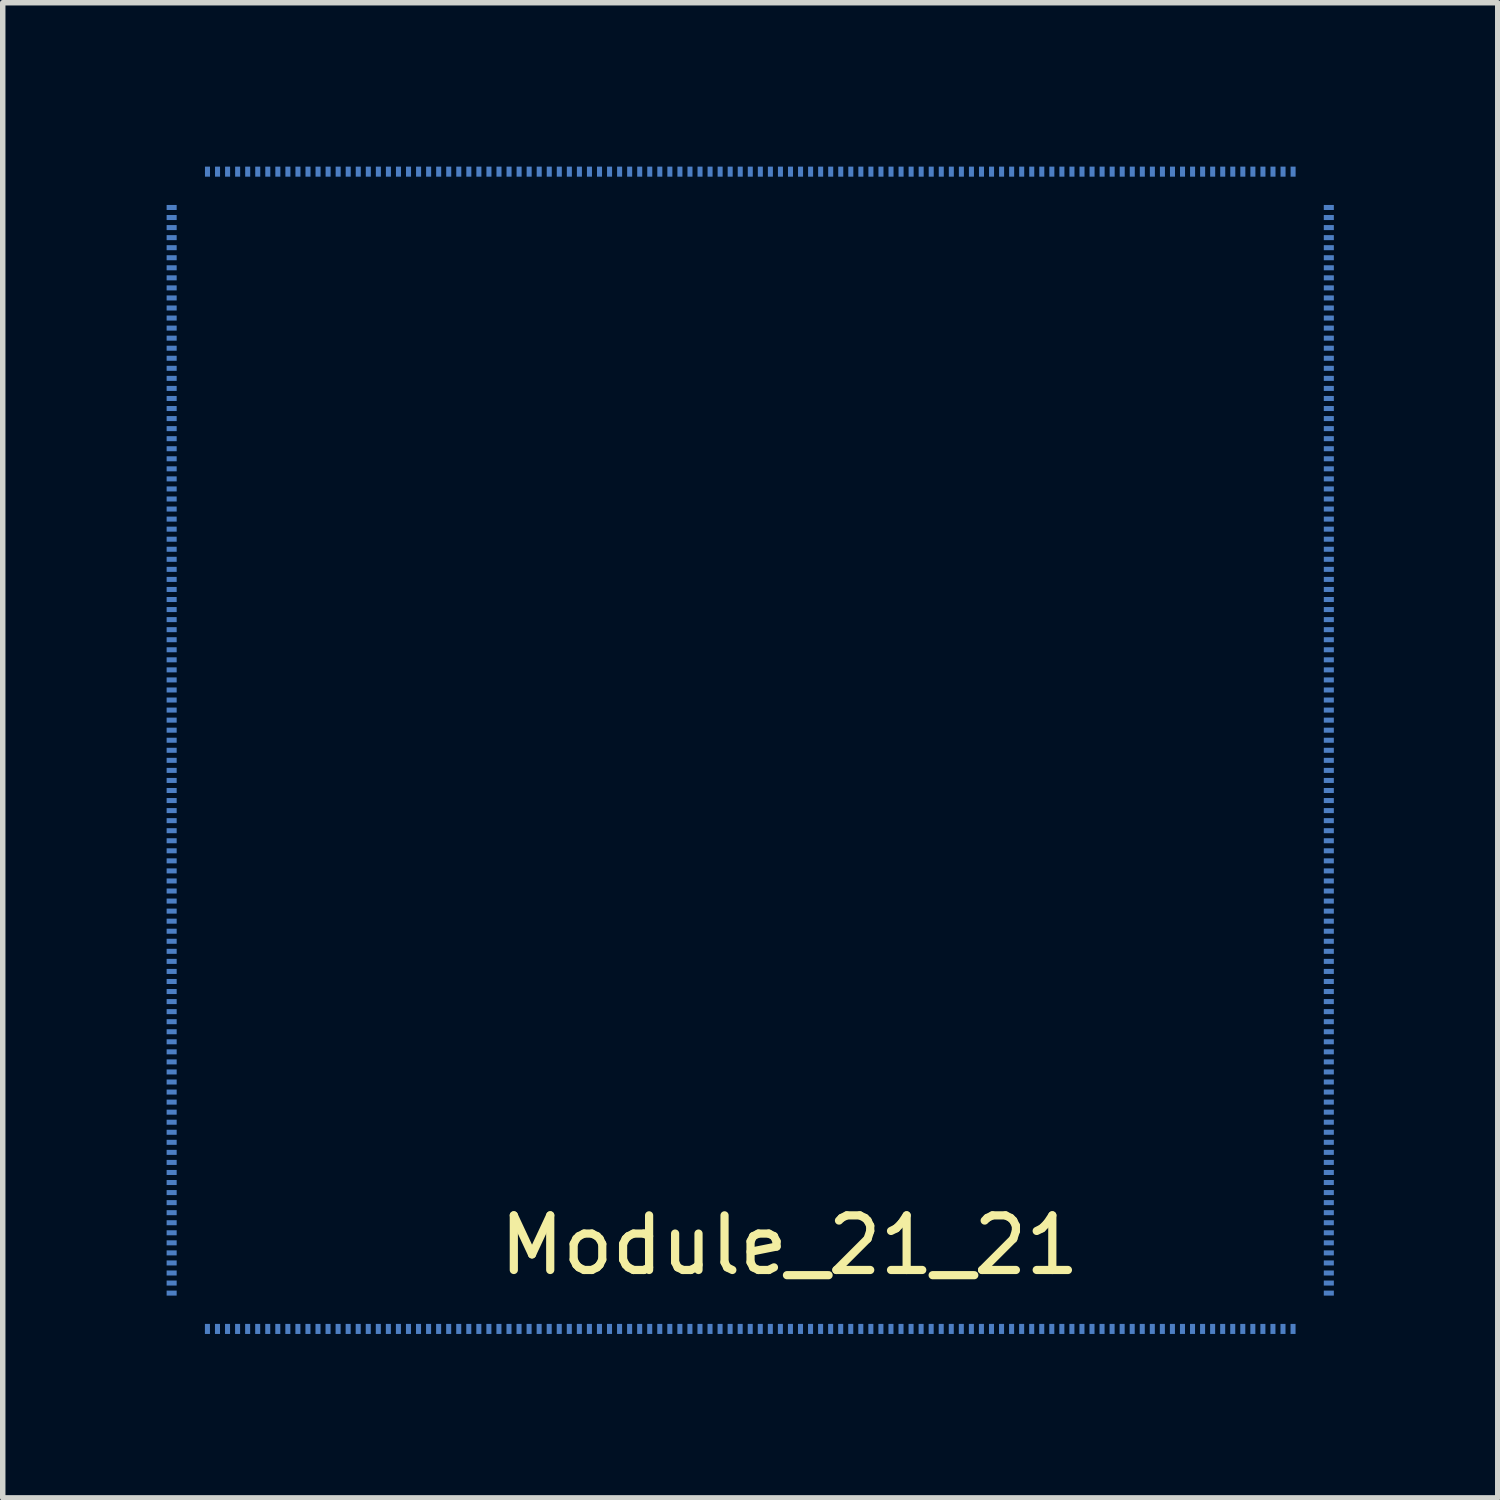
<source format=kicad_pcb>
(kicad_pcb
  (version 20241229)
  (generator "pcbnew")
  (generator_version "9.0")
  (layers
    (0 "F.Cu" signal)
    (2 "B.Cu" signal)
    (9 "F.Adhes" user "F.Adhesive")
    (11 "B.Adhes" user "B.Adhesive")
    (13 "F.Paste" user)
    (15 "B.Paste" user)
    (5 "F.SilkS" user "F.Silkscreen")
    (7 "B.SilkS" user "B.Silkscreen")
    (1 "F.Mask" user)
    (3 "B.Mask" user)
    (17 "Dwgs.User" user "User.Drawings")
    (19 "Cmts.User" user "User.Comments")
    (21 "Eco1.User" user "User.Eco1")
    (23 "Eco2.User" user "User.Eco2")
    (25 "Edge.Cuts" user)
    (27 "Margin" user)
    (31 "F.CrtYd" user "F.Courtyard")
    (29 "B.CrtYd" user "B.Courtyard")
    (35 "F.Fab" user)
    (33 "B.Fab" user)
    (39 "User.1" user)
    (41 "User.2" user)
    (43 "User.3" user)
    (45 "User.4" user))
  (footprint "Module_21_21"
    (layer "F.Cu")
    (at 0.684 20.684)
    (property "Reference" "Module_21_21" (at 10.719 -0.942 0) (layer "F.SilkS") (effects (font (size 1 1) (thickness 0.15))))
    (attr through_hole)
    (pad "1" smd rect (at 0.064 -20.592 180) (size 0.092 0.184) (layers "B.Cu"))
    (pad "2" smd rect (at 0.248 -20.592 180) (size 0.092 0.184) (layers "B.Cu"))
    (pad "3" smd rect (at 0.432 -20.592 180) (size 0.092 0.184) (layers "B.Cu"))
    (pad "4" smd rect (at 0.616 -20.592 180) (size 0.092 0.184) (layers "B.Cu"))
    (pad "5" smd rect (at 0.8 -20.592 180) (size 0.092 0.184) (layers "B.Cu"))
    (pad "6" smd rect (at 0.984 -20.592 180) (size 0.092 0.184) (layers "B.Cu"))
    (pad "7" smd rect (at 1.168 -20.592 180) (size 0.092 0.184) (layers "B.Cu"))
    (pad "8" smd rect (at 1.352 -20.592 180) (size 0.092 0.184) (layers "B.Cu"))
    (pad "9" smd rect (at 1.536 -20.592 180) (size 0.092 0.184) (layers "B.Cu"))
    (pad "10" smd rect (at 1.72 -20.592 180) (size 0.092 0.184) (layers "B.Cu"))
    (pad "11" smd rect (at 1.904 -20.592 180) (size 0.092 0.184) (layers "B.Cu"))
    (pad "12" smd rect (at 2.088 -20.592 180) (size 0.092 0.184) (layers "B.Cu"))
    (pad "13" smd rect (at 2.272 -20.592 180) (size 0.092 0.184) (layers "B.Cu"))
    (pad "14" smd rect (at 2.456 -20.592 180) (size 0.092 0.184) (layers "B.Cu"))
    (pad "15" smd rect (at 2.64 -20.592 180) (size 0.092 0.184) (layers "B.Cu"))
    (pad "16" smd rect (at 2.824 -20.592 180) (size 0.092 0.184) (layers "B.Cu"))
    (pad "17" smd rect (at 3.008 -20.592 180) (size 0.092 0.184) (layers "B.Cu"))
    (pad "18" smd rect (at 3.192 -20.592 180) (size 0.092 0.184) (layers "B.Cu"))
    (pad "19" smd rect (at 3.376 -20.592 180) (size 0.092 0.184) (layers "B.Cu"))
    (pad "20" smd rect (at 3.56 -20.592 180) (size 0.092 0.184) (layers "B.Cu"))
    (pad "21" smd rect (at 3.744 -20.592 180) (size 0.092 0.184) (layers "B.Cu"))
    (pad "22" smd rect (at 3.928 -20.592 180) (size 0.092 0.184) (layers "B.Cu"))
    (pad "23" smd rect (at 4.112 -20.592 180) (size 0.092 0.184) (layers "B.Cu"))
    (pad "24" smd rect (at 4.296 -20.592 180) (size 0.092 0.184) (layers "B.Cu"))
    (pad "25" smd rect (at 4.48 -20.592 180) (size 0.092 0.184) (layers "B.Cu"))
    (pad "26" smd rect (at 4.664 -20.592 180) (size 0.092 0.184) (layers "B.Cu"))
    (pad "27" smd rect (at 4.848 -20.592 180) (size 0.092 0.184) (layers "B.Cu"))
    (pad "28" smd rect (at 5.032 -20.592 180) (size 0.092 0.184) (layers "B.Cu"))
    (pad "29" smd rect (at 5.216 -20.592 180) (size 0.092 0.184) (layers "B.Cu"))
    (pad "30" smd rect (at 5.4 -20.592 180) (size 0.092 0.184) (layers "B.Cu"))
    (pad "31" smd rect (at 5.584 -20.592 180) (size 0.092 0.184) (layers "B.Cu"))
    (pad "32" smd rect (at 5.768 -20.592 180) (size 0.092 0.184) (layers "B.Cu"))
    (pad "33" smd rect (at 5.952 -20.592 180) (size 0.092 0.184) (layers "B.Cu"))
    (pad "34" smd rect (at 6.136 -20.592 180) (size 0.092 0.184) (layers "B.Cu"))
    (pad "35" smd rect (at 6.32 -20.592 180) (size 0.092 0.184) (layers "B.Cu"))
    (pad "36" smd rect (at 6.504 -20.592 180) (size 0.092 0.184) (layers "B.Cu"))
    (pad "37" smd rect (at 6.688 -20.592 180) (size 0.092 0.184) (layers "B.Cu"))
    (pad "38" smd rect (at 6.872 -20.592 180) (size 0.092 0.184) (layers "B.Cu"))
    (pad "39" smd rect (at 7.056 -20.592 180) (size 0.092 0.184) (layers "B.Cu"))
    (pad "40" smd rect (at 7.24 -20.592 180) (size 0.092 0.184) (layers "B.Cu"))
    (pad "41" smd rect (at 7.424 -20.592 180) (size 0.092 0.184) (layers "B.Cu"))
    (pad "42" smd rect (at 7.608 -20.592 180) (size 0.092 0.184) (layers "B.Cu"))
    (pad "43" smd rect (at 7.792 -20.592 180) (size 0.092 0.184) (layers "B.Cu"))
    (pad "44" smd rect (at 7.976 -20.592 180) (size 0.092 0.184) (layers "B.Cu"))
    (pad "45" smd rect (at 8.16 -20.592 180) (size 0.092 0.184) (layers "B.Cu"))
    (pad "46" smd rect (at 8.344 -20.592 180) (size 0.092 0.184) (layers "B.Cu"))
    (pad "47" smd rect (at 8.528 -20.592 180) (size 0.092 0.184) (layers "B.Cu"))
    (pad "48" smd rect (at 8.712 -20.592 180) (size 0.092 0.184) (layers "B.Cu"))
    (pad "49" smd rect (at 8.896 -20.592 180) (size 0.092 0.184) (layers "B.Cu"))
    (pad "50" smd rect (at 9.08 -20.592 180) (size 0.092 0.184) (layers "B.Cu"))
    (pad "51" smd rect (at 9.264 -20.592 180) (size 0.092 0.184) (layers "B.Cu"))
    (pad "52" smd rect (at 9.448 -20.592 180) (size 0.092 0.184) (layers "B.Cu"))
    (pad "53" smd rect (at 9.632 -20.592 180) (size 0.092 0.184) (layers "B.Cu"))
    (pad "54" smd rect (at 9.816 -20.592 180) (size 0.092 0.184) (layers "B.Cu"))
    (pad "55" smd rect (at 10 -20.592 180) (size 0.092 0.184) (layers "B.Cu"))
    (pad "56" smd rect (at 10.184 -20.592 180) (size 0.092 0.184) (layers "B.Cu"))
    (pad "57" smd rect (at 10.368 -20.592 180) (size 0.092 0.184) (layers "B.Cu"))
    (pad "58" smd rect (at 10.552 -20.592 180) (size 0.092 0.184) (layers "B.Cu"))
    (pad "59" smd rect (at 10.736 -20.592 180) (size 0.092 0.184) (layers "B.Cu"))
    (pad "60" smd rect (at 10.92 -20.592 180) (size 0.092 0.184) (layers "B.Cu"))
    (pad "61" smd rect (at 11.104 -20.592 180) (size 0.092 0.184) (layers "B.Cu"))
    (pad "62" smd rect (at 11.288 -20.592 180) (size 0.092 0.184) (layers "B.Cu"))
    (pad "63" smd rect (at 11.472 -20.592 180) (size 0.092 0.184) (layers "B.Cu"))
    (pad "64" smd rect (at 11.656 -20.592 180) (size 0.092 0.184) (layers "B.Cu"))
    (pad "65" smd rect (at 11.84 -20.592 180) (size 0.092 0.184) (layers "B.Cu"))
    (pad "66" smd rect (at 12.024 -20.592 180) (size 0.092 0.184) (layers "B.Cu"))
    (pad "67" smd rect (at 12.208 -20.592 180) (size 0.092 0.184) (layers "B.Cu"))
    (pad "68" smd rect (at 12.392 -20.592 180) (size 0.092 0.184) (layers "B.Cu"))
    (pad "69" smd rect (at 12.576 -20.592 180) (size 0.092 0.184) (layers "B.Cu"))
    (pad "70" smd rect (at 12.76 -20.592 180) (size 0.092 0.184) (layers "B.Cu"))
    (pad "71" smd rect (at 12.944 -20.592 180) (size 0.092 0.184) (layers "B.Cu"))
    (pad "72" smd rect (at 13.128 -20.592 180) (size 0.092 0.184) (layers "B.Cu"))
    (pad "73" smd rect (at 13.312 -20.592 180) (size 0.092 0.184) (layers "B.Cu"))
    (pad "74" smd rect (at 13.496 -20.592 180) (size 0.092 0.184) (layers "B.Cu"))
    (pad "75" smd rect (at 13.68 -20.592 180) (size 0.092 0.184) (layers "B.Cu"))
    (pad "76" smd rect (at 13.864 -20.592 180) (size 0.092 0.184) (layers "B.Cu"))
    (pad "77" smd rect (at 14.048 -20.592 180) (size 0.092 0.184) (layers "B.Cu"))
    (pad "78" smd rect (at 14.232 -20.592 180) (size 0.092 0.184) (layers "B.Cu"))
    (pad "79" smd rect (at 14.416 -20.592 180) (size 0.092 0.184) (layers "B.Cu"))
    (pad "80" smd rect (at 14.6 -20.592 180) (size 0.092 0.184) (layers "B.Cu"))
    (pad "81" smd rect (at 14.784 -20.592 180) (size 0.092 0.184) (layers "B.Cu"))
    (pad "82" smd rect (at 14.968 -20.592 180) (size 0.092 0.184) (layers "B.Cu"))
    (pad "83" smd rect (at 15.152 -20.592 180) (size 0.092 0.184) (layers "B.Cu"))
    (pad "84" smd rect (at 15.336 -20.592 180) (size 0.092 0.184) (layers "B.Cu"))
    (pad "85" smd rect (at 15.52 -20.592 180) (size 0.092 0.184) (layers "B.Cu"))
    (pad "86" smd rect (at 15.704 -20.592 180) (size 0.092 0.184) (layers "B.Cu"))
    (pad "87" smd rect (at 15.888 -20.592 180) (size 0.092 0.184) (layers "B.Cu"))
    (pad "88" smd rect (at 16.072 -20.592 180) (size 0.092 0.184) (layers "B.Cu"))
    (pad "89" smd rect (at 16.256 -20.592 180) (size 0.092 0.184) (layers "B.Cu"))
    (pad "90" smd rect (at 16.44 -20.592 180) (size 0.092 0.184) (layers "B.Cu"))
    (pad "91" smd rect (at 16.624 -20.592 180) (size 0.092 0.184) (layers "B.Cu"))
    (pad "92" smd rect (at 16.808 -20.592 180) (size 0.092 0.184) (layers "B.Cu"))
    (pad "93" smd rect (at 16.992 -20.592 180) (size 0.092 0.184) (layers "B.Cu"))
    (pad "94" smd rect (at 17.176 -20.592 180) (size 0.092 0.184) (layers "B.Cu"))
    (pad "95" smd rect (at 17.36 -20.592 180) (size 0.092 0.184) (layers "B.Cu"))
    (pad "96" smd rect (at 17.544 -20.592 180) (size 0.092 0.184) (layers "B.Cu"))
    (pad "97" smd rect (at 17.728 -20.592 180) (size 0.092 0.184) (layers "B.Cu"))
    (pad "98" smd rect (at 17.912 -20.592 180) (size 0.092 0.184) (layers "B.Cu"))
    (pad "99" smd rect (at 18.096 -20.592 180) (size 0.092 0.184) (layers "B.Cu"))
    (pad "100" smd rect (at 18.28 -20.592 180) (size 0.092 0.184) (layers "B.Cu"))
    (pad "101" smd rect (at 18.464 -20.592 180) (size 0.092 0.184) (layers "B.Cu"))
    (pad "102" smd rect (at 18.648 -20.592 180) (size 0.092 0.184) (layers "B.Cu"))
    (pad "103" smd rect (at 18.832 -20.592 180) (size 0.092 0.184) (layers "B.Cu"))
    (pad "104" smd rect (at 19.016 -20.592 180) (size 0.092 0.184) (layers "B.Cu"))
    (pad "105" smd rect (at 19.2 -20.592 180) (size 0.092 0.184) (layers "B.Cu"))
    (pad "106" smd rect (at 19.384 -20.592 180) (size 0.092 0.184) (layers "B.Cu"))
    (pad "107" smd rect (at 19.568 -20.592 180) (size 0.092 0.184) (layers "B.Cu"))
    (pad "108" smd rect (at 19.752 -20.592 180) (size 0.092 0.184) (layers "B.Cu"))
    (pad "109" smd rect (at 19.936 -20.592 180) (size 0.092 0.184) (layers "B.Cu"))
    (pad "110" smd rect (at 20.59 -19.936 90) (size 0.092 0.184) (layers "B.Cu"))
    (pad "111" smd rect (at 20.59 -19.752 90) (size 0.092 0.184) (layers "B.Cu"))
    (pad "112" smd rect (at 20.59 -19.568 90) (size 0.092 0.184) (layers "B.Cu"))
    (pad "113" smd rect (at 20.59 -19.384 90) (size 0.092 0.184) (layers "B.Cu"))
    (pad "114" smd rect (at 20.59 -19.2 90) (size 0.092 0.184) (layers "B.Cu"))
    (pad "115" smd rect (at 20.59 -19.016 90) (size 0.092 0.184) (layers "B.Cu"))
    (pad "116" smd rect (at 20.59 -18.832 90) (size 0.092 0.184) (layers "B.Cu"))
    (pad "117" smd rect (at 20.59 -18.648 90) (size 0.092 0.184) (layers "B.Cu"))
    (pad "118" smd rect (at 20.59 -18.464 90) (size 0.092 0.184) (layers "B.Cu"))
    (pad "119" smd rect (at 20.59 -18.28 90) (size 0.092 0.184) (layers "B.Cu"))
    (pad "120" smd rect (at 20.59 -18.096 90) (size 0.092 0.184) (layers "B.Cu"))
    (pad "121" smd rect (at 20.59 -17.912 90) (size 0.092 0.184) (layers "B.Cu"))
    (pad "122" smd rect (at 20.59 -17.728 90) (size 0.092 0.184) (layers "B.Cu"))
    (pad "123" smd rect (at 20.59 -17.544 90) (size 0.092 0.184) (layers "B.Cu"))
    (pad "124" smd rect (at 20.59 -17.36 90) (size 0.092 0.184) (layers "B.Cu"))
    (pad "125" smd rect (at 20.59 -17.176 90) (size 0.092 0.184) (layers "B.Cu"))
    (pad "126" smd rect (at 20.59 -16.992 90) (size 0.092 0.184) (layers "B.Cu"))
    (pad "127" smd rect (at 20.59 -16.808 90) (size 0.092 0.184) (layers "B.Cu"))
    (pad "128" smd rect (at 20.59 -16.624 90) (size 0.092 0.184) (layers "B.Cu"))
    (pad "129" smd rect (at 20.59 -16.44 90) (size 0.092 0.184) (layers "B.Cu"))
    (pad "130" smd rect (at 20.59 -16.256 90) (size 0.092 0.184) (layers "B.Cu"))
    (pad "131" smd rect (at 20.59 -16.072 90) (size 0.092 0.184) (layers "B.Cu"))
    (pad "132" smd rect (at 20.59 -15.888 90) (size 0.092 0.184) (layers "B.Cu"))
    (pad "133" smd rect (at 20.59 -15.704 90) (size 0.092 0.184) (layers "B.Cu"))
    (pad "134" smd rect (at 20.59 -15.52 90) (size 0.092 0.184) (layers "B.Cu"))
    (pad "135" smd rect (at 20.59 -15.336 90) (size 0.092 0.184) (layers "B.Cu"))
    (pad "136" smd rect (at 20.59 -15.152 90) (size 0.092 0.184) (layers "B.Cu"))
    (pad "137" smd rect (at 20.59 -14.968 90) (size 0.092 0.184) (layers "B.Cu"))
    (pad "138" smd rect (at 20.59 -14.784 90) (size 0.092 0.184) (layers "B.Cu"))
    (pad "139" smd rect (at 20.59 -14.6 90) (size 0.092 0.184) (layers "B.Cu"))
    (pad "140" smd rect (at 20.59 -14.416 90) (size 0.092 0.184) (layers "B.Cu"))
    (pad "141" smd rect (at 20.59 -14.232 90) (size 0.092 0.184) (layers "B.Cu"))
    (pad "142" smd rect (at 20.59 -14.048 90) (size 0.092 0.184) (layers "B.Cu"))
    (pad "143" smd rect (at 20.59 -13.864 90) (size 0.092 0.184) (layers "B.Cu"))
    (pad "144" smd rect (at 20.59 -13.68 90) (size 0.092 0.184) (layers "B.Cu"))
    (pad "145" smd rect (at 20.59 -13.496 90) (size 0.092 0.184) (layers "B.Cu"))
    (pad "146" smd rect (at 20.59 -13.312 90) (size 0.092 0.184) (layers "B.Cu"))
    (pad "147" smd rect (at 20.59 -13.128 90) (size 0.092 0.184) (layers "B.Cu"))
    (pad "148" smd rect (at 20.59 -12.944 90) (size 0.092 0.184) (layers "B.Cu"))
    (pad "149" smd rect (at 20.59 -12.76 90) (size 0.092 0.184) (layers "B.Cu"))
    (pad "150" smd rect (at 20.59 -12.576 90) (size 0.092 0.184) (layers "B.Cu"))
    (pad "151" smd rect (at 20.59 -12.392 90) (size 0.092 0.184) (layers "B.Cu"))
    (pad "152" smd rect (at 20.59 -12.208 90) (size 0.092 0.184) (layers "B.Cu"))
    (pad "153" smd rect (at 20.59 -12.024 90) (size 0.092 0.184) (layers "B.Cu"))
    (pad "154" smd rect (at 20.59 -11.84 90) (size 0.092 0.184) (layers "B.Cu"))
    (pad "155" smd rect (at 20.59 -11.656 90) (size 0.092 0.184) (layers "B.Cu"))
    (pad "156" smd rect (at 20.59 -11.472 90) (size 0.092 0.184) (layers "B.Cu"))
    (pad "157" smd rect (at 20.59 -11.288 90) (size 0.092 0.184) (layers "B.Cu"))
    (pad "158" smd rect (at 20.59 -11.104 90) (size 0.092 0.184) (layers "B.Cu"))
    (pad "159" smd rect (at 20.59 -10.92 90) (size 0.092 0.184) (layers "B.Cu"))
    (pad "160" smd rect (at 20.59 -10.736 90) (size 0.092 0.184) (layers "B.Cu"))
    (pad "161" smd rect (at 20.59 -10.552 90) (size 0.092 0.184) (layers "B.Cu"))
    (pad "162" smd rect (at 20.59 -10.368 90) (size 0.092 0.184) (layers "B.Cu"))
    (pad "163" smd rect (at 20.59 -10.184 90) (size 0.092 0.184) (layers "B.Cu"))
    (pad "164" smd rect (at 20.59 -10 90) (size 0.092 0.184) (layers "B.Cu"))
    (pad "165" smd rect (at 20.59 -9.816 90) (size 0.092 0.184) (layers "B.Cu"))
    (pad "166" smd rect (at 20.59 -9.632 90) (size 0.092 0.184) (layers "B.Cu"))
    (pad "167" smd rect (at 20.59 -9.448 90) (size 0.092 0.184) (layers "B.Cu"))
    (pad "168" smd rect (at 20.59 -9.264 90) (size 0.092 0.184) (layers "B.Cu"))
    (pad "169" smd rect (at 20.59 -9.08 90) (size 0.092 0.184) (layers "B.Cu"))
    (pad "170" smd rect (at 20.59 -8.896 90) (size 0.092 0.184) (layers "B.Cu"))
    (pad "171" smd rect (at 20.59 -8.712 90) (size 0.092 0.184) (layers "B.Cu"))
    (pad "172" smd rect (at 20.59 -8.528 90) (size 0.092 0.184) (layers "B.Cu"))
    (pad "173" smd rect (at 20.59 -8.344 90) (size 0.092 0.184) (layers "B.Cu"))
    (pad "174" smd rect (at 20.59 -8.16 90) (size 0.092 0.184) (layers "B.Cu"))
    (pad "175" smd rect (at 20.59 -7.976 90) (size 0.092 0.184) (layers "B.Cu"))
    (pad "176" smd rect (at 20.59 -7.792 90) (size 0.092 0.184) (layers "B.Cu"))
    (pad "177" smd rect (at 20.59 -7.608 90) (size 0.092 0.184) (layers "B.Cu"))
    (pad "178" smd rect (at 20.59 -7.424 90) (size 0.092 0.184) (layers "B.Cu"))
    (pad "179" smd rect (at 20.59 -7.24 90) (size 0.092 0.184) (layers "B.Cu"))
    (pad "180" smd rect (at 20.59 -7.056 90) (size 0.092 0.184) (layers "B.Cu"))
    (pad "181" smd rect (at 20.59 -6.872 90) (size 0.092 0.184) (layers "B.Cu"))
    (pad "182" smd rect (at 20.59 -6.688 90) (size 0.092 0.184) (layers "B.Cu"))
    (pad "183" smd rect (at 20.59 -6.504 90) (size 0.092 0.184) (layers "B.Cu"))
    (pad "184" smd rect (at 20.59 -6.32 90) (size 0.092 0.184) (layers "B.Cu"))
    (pad "185" smd rect (at 20.59 -6.136 90) (size 0.092 0.184) (layers "B.Cu"))
    (pad "186" smd rect (at 20.59 -5.952 90) (size 0.092 0.184) (layers "B.Cu"))
    (pad "187" smd rect (at 20.59 -5.768 90) (size 0.092 0.184) (layers "B.Cu"))
    (pad "188" smd rect (at 20.59 -5.584 90) (size 0.092 0.184) (layers "B.Cu"))
    (pad "189" smd rect (at 20.59 -5.4 90) (size 0.092 0.184) (layers "B.Cu"))
    (pad "190" smd rect (at 20.59 -5.216 90) (size 0.092 0.184) (layers "B.Cu"))
    (pad "191" smd rect (at 20.59 -5.032 90) (size 0.092 0.184) (layers "B.Cu"))
    (pad "192" smd rect (at 20.59 -4.848 90) (size 0.092 0.184) (layers "B.Cu"))
    (pad "193" smd rect (at 20.59 -4.664 90) (size 0.092 0.184) (layers "B.Cu"))
    (pad "194" smd rect (at 20.59 -4.48 90) (size 0.092 0.184) (layers "B.Cu"))
    (pad "195" smd rect (at 20.59 -4.296 90) (size 0.092 0.184) (layers "B.Cu"))
    (pad "196" smd rect (at 20.59 -4.112 90) (size 0.092 0.184) (layers "B.Cu"))
    (pad "197" smd rect (at 20.59 -3.928 90) (size 0.092 0.184) (layers "B.Cu"))
    (pad "198" smd rect (at 20.59 -3.744 90) (size 0.092 0.184) (layers "B.Cu"))
    (pad "199" smd rect (at 20.59 -3.56 90) (size 0.092 0.184) (layers "B.Cu"))
    (pad "200" smd rect (at 20.59 -3.376 90) (size 0.092 0.184) (layers "B.Cu"))
    (pad "201" smd rect (at 20.59 -3.192 90) (size 0.092 0.184) (layers "B.Cu"))
    (pad "202" smd rect (at 20.59 -3.008 90) (size 0.092 0.184) (layers "B.Cu"))
    (pad "203" smd rect (at 20.59 -2.824 90) (size 0.092 0.184) (layers "B.Cu"))
    (pad "204" smd rect (at 20.59 -2.64 90) (size 0.092 0.184) (layers "B.Cu"))
    (pad "205" smd rect (at 20.59 -2.456 90) (size 0.092 0.184) (layers "B.Cu"))
    (pad "206" smd rect (at 20.59 -2.272 90) (size 0.092 0.184) (layers "B.Cu"))
    (pad "207" smd rect (at 20.59 -2.088 90) (size 0.092 0.184) (layers "B.Cu"))
    (pad "208" smd rect (at 20.59 -1.904 90) (size 0.092 0.184) (layers "B.Cu"))
    (pad "209" smd rect (at 20.59 -1.72 90) (size 0.092 0.184) (layers "B.Cu"))
    (pad "210" smd rect (at 20.59 -1.536 90) (size 0.092 0.184) (layers "B.Cu"))
    (pad "211" smd rect (at 20.59 -1.352 90) (size 0.092 0.184) (layers "B.Cu"))
    (pad "212" smd rect (at 20.59 -1.168 90) (size 0.092 0.184) (layers "B.Cu"))
    (pad "213" smd rect (at 20.59 -0.984 90) (size 0.092 0.184) (layers "B.Cu"))
    (pad "214" smd rect (at 20.59 -0.8 90) (size 0.092 0.184) (layers "B.Cu"))
    (pad "215" smd rect (at 20.59 -0.616 90) (size 0.092 0.184) (layers "B.Cu"))
    (pad "216" smd rect (at 20.59 -0.432 90) (size 0.092 0.184) (layers "B.Cu"))
    (pad "217" smd rect (at 20.59 -0.248 90) (size 0.092 0.184) (layers "B.Cu"))
    (pad "218" smd rect (at 20.59 -0.064 90) (size 0.092 0.184) (layers "B.Cu"))
    (pad "219" smd rect (at 19.935 0.592 180) (size 0.092 0.184) (layers "B.Cu"))
    (pad "220" smd rect (at 19.751 0.592 180) (size 0.092 0.184) (layers "B.Cu"))
    (pad "221" smd rect (at 19.567 0.592 180) (size 0.092 0.184) (layers "B.Cu"))
    (pad "222" smd rect (at 19.383 0.592 180) (size 0.092 0.184) (layers "B.Cu"))
    (pad "223" smd rect (at 19.199 0.592 180) (size 0.092 0.184) (layers "B.Cu"))
    (pad "224" smd rect (at 19.015 0.592 180) (size 0.092 0.184) (layers "B.Cu"))
    (pad "225" smd rect (at 18.831 0.592 180) (size 0.092 0.184) (layers "B.Cu"))
    (pad "226" smd rect (at 18.647 0.592 180) (size 0.092 0.184) (layers "B.Cu"))
    (pad "227" smd rect (at 18.463 0.592 180) (size 0.092 0.184) (layers "B.Cu"))
    (pad "228" smd rect (at 18.279 0.592 180) (size 0.092 0.184) (layers "B.Cu"))
    (pad "229" smd rect (at 18.095 0.592 180) (size 0.092 0.184) (layers "B.Cu"))
    (pad "230" smd rect (at 17.911 0.592 180) (size 0.092 0.184) (layers "B.Cu"))
    (pad "231" smd rect (at 17.727 0.592 180) (size 0.092 0.184) (layers "B.Cu"))
    (pad "232" smd rect (at 17.543 0.592 180) (size 0.092 0.184) (layers "B.Cu"))
    (pad "233" smd rect (at 17.359 0.592 180) (size 0.092 0.184) (layers "B.Cu"))
    (pad "234" smd rect (at 17.175 0.592 180) (size 0.092 0.184) (layers "B.Cu"))
    (pad "235" smd rect (at 16.991 0.592 180) (size 0.092 0.184) (layers "B.Cu"))
    (pad "236" smd rect (at 16.807 0.592 180) (size 0.092 0.184) (layers "B.Cu"))
    (pad "237" smd rect (at 16.623 0.592 180) (size 0.092 0.184) (layers "B.Cu"))
    (pad "238" smd rect (at 16.439 0.592 180) (size 0.092 0.184) (layers "B.Cu"))
    (pad "239" smd rect (at 16.255 0.592 180) (size 0.092 0.184) (layers "B.Cu"))
    (pad "240" smd rect (at 16.071 0.592 180) (size 0.092 0.184) (layers "B.Cu"))
    (pad "241" smd rect (at 15.887 0.592 180) (size 0.092 0.184) (layers "B.Cu"))
    (pad "242" smd rect (at 15.703 0.592 180) (size 0.092 0.184) (layers "B.Cu"))
    (pad "243" smd rect (at 15.519 0.592 180) (size 0.092 0.184) (layers "B.Cu"))
    (pad "244" smd rect (at 15.335 0.592 180) (size 0.092 0.184) (layers "B.Cu"))
    (pad "245" smd rect (at 15.151 0.592 180) (size 0.092 0.184) (layers "B.Cu"))
    (pad "246" smd rect (at 14.967 0.592 180) (size 0.092 0.184) (layers "B.Cu"))
    (pad "247" smd rect (at 14.783 0.592 180) (size 0.092 0.184) (layers "B.Cu"))
    (pad "248" smd rect (at 14.599 0.592 180) (size 0.092 0.184) (layers "B.Cu"))
    (pad "249" smd rect (at 14.415 0.592 180) (size 0.092 0.184) (layers "B.Cu"))
    (pad "250" smd rect (at 14.231 0.592 180) (size 0.092 0.184) (layers "B.Cu"))
    (pad "251" smd rect (at 14.047 0.592 180) (size 0.092 0.184) (layers "B.Cu"))
    (pad "252" smd rect (at 13.863 0.592 180) (size 0.092 0.184) (layers "B.Cu"))
    (pad "253" smd rect (at 13.679 0.592 180) (size 0.092 0.184) (layers "B.Cu"))
    (pad "254" smd rect (at 13.495 0.592 180) (size 0.092 0.184) (layers "B.Cu"))
    (pad "255" smd rect (at 13.311 0.592 180) (size 0.092 0.184) (layers "B.Cu"))
    (pad "256" smd rect (at 13.127 0.592 180) (size 0.092 0.184) (layers "B.Cu"))
    (pad "257" smd rect (at 12.943 0.592 180) (size 0.092 0.184) (layers "B.Cu"))
    (pad "258" smd rect (at 12.759 0.592 180) (size 0.092 0.184) (layers "B.Cu"))
    (pad "259" smd rect (at 12.575 0.592 180) (size 0.092 0.184) (layers "B.Cu"))
    (pad "260" smd rect (at 12.391 0.592 180) (size 0.092 0.184) (layers "B.Cu"))
    (pad "261" smd rect (at 12.207 0.592 180) (size 0.092 0.184) (layers "B.Cu"))
    (pad "262" smd rect (at 12.023 0.592 180) (size 0.092 0.184) (layers "B.Cu"))
    (pad "263" smd rect (at 11.839 0.592 180) (size 0.092 0.184) (layers "B.Cu"))
    (pad "264" smd rect (at 11.655 0.592 180) (size 0.092 0.184) (layers "B.Cu"))
    (pad "265" smd rect (at 11.471 0.592 180) (size 0.092 0.184) (layers "B.Cu"))
    (pad "266" smd rect (at 11.287 0.592 180) (size 0.092 0.184) (layers "B.Cu"))
    (pad "267" smd rect (at 11.103 0.592 180) (size 0.092 0.184) (layers "B.Cu"))
    (pad "268" smd rect (at 10.919 0.592 180) (size 0.092 0.184) (layers "B.Cu"))
    (pad "269" smd rect (at 10.735 0.592 180) (size 0.092 0.184) (layers "B.Cu"))
    (pad "270" smd rect (at 10.551 0.592 180) (size 0.092 0.184) (layers "B.Cu"))
    (pad "271" smd rect (at 10.367 0.592 180) (size 0.092 0.184) (layers "B.Cu"))
    (pad "272" smd rect (at 10.183 0.592 180) (size 0.092 0.184) (layers "B.Cu"))
    (pad "273" smd rect (at 9.999 0.592 180) (size 0.092 0.184) (layers "B.Cu"))
    (pad "274" smd rect (at 9.815 0.592 180) (size 0.092 0.184) (layers "B.Cu"))
    (pad "275" smd rect (at 9.631 0.592 180) (size 0.092 0.184) (layers "B.Cu"))
    (pad "276" smd rect (at 9.447 0.592 180) (size 0.092 0.184) (layers "B.Cu"))
    (pad "277" smd rect (at 9.263 0.592 180) (size 0.092 0.184) (layers "B.Cu"))
    (pad "278" smd rect (at 9.079 0.592 180) (size 0.092 0.184) (layers "B.Cu"))
    (pad "279" smd rect (at 8.895 0.592 180) (size 0.092 0.184) (layers "B.Cu"))
    (pad "280" smd rect (at 8.711 0.592 180) (size 0.092 0.184) (layers "B.Cu"))
    (pad "281" smd rect (at 8.527 0.592 180) (size 0.092 0.184) (layers "B.Cu"))
    (pad "282" smd rect (at 8.343 0.592 180) (size 0.092 0.184) (layers "B.Cu"))
    (pad "283" smd rect (at 8.159 0.592 180) (size 0.092 0.184) (layers "B.Cu"))
    (pad "284" smd rect (at 7.975 0.592 180) (size 0.092 0.184) (layers "B.Cu"))
    (pad "285" smd rect (at 7.791 0.592 180) (size 0.092 0.184) (layers "B.Cu"))
    (pad "286" smd rect (at 7.607 0.592 180) (size 0.092 0.184) (layers "B.Cu"))
    (pad "287" smd rect (at 7.423 0.592 180) (size 0.092 0.184) (layers "B.Cu"))
    (pad "288" smd rect (at 7.239 0.592 180) (size 0.092 0.184) (layers "B.Cu"))
    (pad "289" smd rect (at 7.055 0.592 180) (size 0.092 0.184) (layers "B.Cu"))
    (pad "290" smd rect (at 6.871 0.592 180) (size 0.092 0.184) (layers "B.Cu"))
    (pad "291" smd rect (at 6.687 0.592 180) (size 0.092 0.184) (layers "B.Cu"))
    (pad "292" smd rect (at 6.503 0.592 180) (size 0.092 0.184) (layers "B.Cu"))
    (pad "293" smd rect (at 6.319 0.592 180) (size 0.092 0.184) (layers "B.Cu"))
    (pad "294" smd rect (at 6.135 0.592 180) (size 0.092 0.184) (layers "B.Cu"))
    (pad "295" smd rect (at 5.951 0.592 180) (size 0.092 0.184) (layers "B.Cu"))
    (pad "296" smd rect (at 5.767 0.592 180) (size 0.092 0.184) (layers "B.Cu"))
    (pad "297" smd rect (at 5.583 0.592 180) (size 0.092 0.184) (layers "B.Cu"))
    (pad "298" smd rect (at 5.399 0.592 180) (size 0.092 0.184) (layers "B.Cu"))
    (pad "299" smd rect (at 5.215 0.592 180) (size 0.092 0.184) (layers "B.Cu"))
    (pad "300" smd rect (at 5.031 0.592 180) (size 0.092 0.184) (layers "B.Cu"))
    (pad "301" smd rect (at 4.847 0.592 180) (size 0.092 0.184) (layers "B.Cu"))
    (pad "302" smd rect (at 4.663 0.592 180) (size 0.092 0.184) (layers "B.Cu"))
    (pad "303" smd rect (at 4.479 0.592 180) (size 0.092 0.184) (layers "B.Cu"))
    (pad "304" smd rect (at 4.295 0.592 180) (size 0.092 0.184) (layers "B.Cu"))
    (pad "305" smd rect (at 4.111 0.592 180) (size 0.092 0.184) (layers "B.Cu"))
    (pad "306" smd rect (at 3.927 0.592 180) (size 0.092 0.184) (layers "B.Cu"))
    (pad "307" smd rect (at 3.743 0.592 180) (size 0.092 0.184) (layers "B.Cu"))
    (pad "308" smd rect (at 3.559 0.592 180) (size 0.092 0.184) (layers "B.Cu"))
    (pad "309" smd rect (at 3.375 0.592 180) (size 0.092 0.184) (layers "B.Cu"))
    (pad "310" smd rect (at 3.191 0.592 180) (size 0.092 0.184) (layers "B.Cu"))
    (pad "311" smd rect (at 3.007 0.592 180) (size 0.092 0.184) (layers "B.Cu"))
    (pad "312" smd rect (at 2.823 0.592 180) (size 0.092 0.184) (layers "B.Cu"))
    (pad "313" smd rect (at 2.639 0.592 180) (size 0.092 0.184) (layers "B.Cu"))
    (pad "314" smd rect (at 2.455 0.592 180) (size 0.092 0.184) (layers "B.Cu"))
    (pad "315" smd rect (at 2.271 0.592 180) (size 0.092 0.184) (layers "B.Cu"))
    (pad "316" smd rect (at 2.087 0.592 180) (size 0.092 0.184) (layers "B.Cu"))
    (pad "317" smd rect (at 1.903 0.592 180) (size 0.092 0.184) (layers "B.Cu"))
    (pad "318" smd rect (at 1.719 0.592 180) (size 0.092 0.184) (layers "B.Cu"))
    (pad "319" smd rect (at 1.535 0.592 180) (size 0.092 0.184) (layers "B.Cu"))
    (pad "320" smd rect (at 1.351 0.592 180) (size 0.092 0.184) (layers "B.Cu"))
    (pad "321" smd rect (at 1.167 0.592 180) (size 0.092 0.184) (layers "B.Cu"))
    (pad "322" smd rect (at 0.983 0.592 180) (size 0.092 0.184) (layers "B.Cu"))
    (pad "323" smd rect (at 0.799 0.592 180) (size 0.092 0.184) (layers "B.Cu"))
    (pad "324" smd rect (at 0.615 0.592 180) (size 0.092 0.184) (layers "B.Cu"))
    (pad "325" smd rect (at 0.431 0.592 180) (size 0.092 0.184) (layers "B.Cu"))
    (pad "326" smd rect (at 0.247 0.592 180) (size 0.092 0.184) (layers "B.Cu"))
    (pad "327" smd rect (at 0.063 0.592 180) (size 0.092 0.184) (layers "B.Cu"))
    (pad "328" smd rect (at -0.592 -0.064 90) (size 0.092 0.184) (layers "B.Cu"))
    (pad "329" smd rect (at -0.592 -0.248 90) (size 0.092 0.184) (layers "B.Cu"))
    (pad "330" smd rect (at -0.592 -0.432 90) (size 0.092 0.184) (layers "B.Cu"))
    (pad "331" smd rect (at -0.592 -0.616 90) (size 0.092 0.184) (layers "B.Cu"))
    (pad "332" smd rect (at -0.592 -0.8 90) (size 0.092 0.184) (layers "B.Cu"))
    (pad "333" smd rect (at -0.592 -0.984 90) (size 0.092 0.184) (layers "B.Cu"))
    (pad "334" smd rect (at -0.592 -1.168 90) (size 0.092 0.184) (layers "B.Cu"))
    (pad "335" smd rect (at -0.592 -1.352 90) (size 0.092 0.184) (layers "B.Cu"))
    (pad "336" smd rect (at -0.592 -1.536 90) (size 0.092 0.184) (layers "B.Cu"))
    (pad "337" smd rect (at -0.592 -1.72 90) (size 0.092 0.184) (layers "B.Cu"))
    (pad "338" smd rect (at -0.592 -1.904 90) (size 0.092 0.184) (layers "B.Cu"))
    (pad "339" smd rect (at -0.592 -2.088 90) (size 0.092 0.184) (layers "B.Cu"))
    (pad "340" smd rect (at -0.592 -2.272 90) (size 0.092 0.184) (layers "B.Cu"))
    (pad "341" smd rect (at -0.592 -2.456 90) (size 0.092 0.184) (layers "B.Cu"))
    (pad "342" smd rect (at -0.592 -2.64 90) (size 0.092 0.184) (layers "B.Cu"))
    (pad "343" smd rect (at -0.592 -2.824 90) (size 0.092 0.184) (layers "B.Cu"))
    (pad "344" smd rect (at -0.592 -3.008 90) (size 0.092 0.184) (layers "B.Cu"))
    (pad "345" smd rect (at -0.592 -3.192 90) (size 0.092 0.184) (layers "B.Cu"))
    (pad "346" smd rect (at -0.592 -3.376 90) (size 0.092 0.184) (layers "B.Cu"))
    (pad "347" smd rect (at -0.592 -3.56 90) (size 0.092 0.184) (layers "B.Cu"))
    (pad "348" smd rect (at -0.592 -3.744 90) (size 0.092 0.184) (layers "B.Cu"))
    (pad "349" smd rect (at -0.592 -3.928 90) (size 0.092 0.184) (layers "B.Cu"))
    (pad "350" smd rect (at -0.592 -4.112 90) (size 0.092 0.184) (layers "B.Cu"))
    (pad "351" smd rect (at -0.592 -4.296 90) (size 0.092 0.184) (layers "B.Cu"))
    (pad "352" smd rect (at -0.592 -4.48 90) (size 0.092 0.184) (layers "B.Cu"))
    (pad "353" smd rect (at -0.592 -4.664 90) (size 0.092 0.184) (layers "B.Cu"))
    (pad "354" smd rect (at -0.592 -4.848 90) (size 0.092 0.184) (layers "B.Cu"))
    (pad "355" smd rect (at -0.592 -5.032 90) (size 0.092 0.184) (layers "B.Cu"))
    (pad "356" smd rect (at -0.592 -5.216 90) (size 0.092 0.184) (layers "B.Cu"))
    (pad "357" smd rect (at -0.592 -5.4 90) (size 0.092 0.184) (layers "B.Cu"))
    (pad "358" smd rect (at -0.592 -5.584 90) (size 0.092 0.184) (layers "B.Cu"))
    (pad "359" smd rect (at -0.592 -5.768 90) (size 0.092 0.184) (layers "B.Cu"))
    (pad "360" smd rect (at -0.592 -5.952 90) (size 0.092 0.184) (layers "B.Cu"))
    (pad "361" smd rect (at -0.592 -6.136 90) (size 0.092 0.184) (layers "B.Cu"))
    (pad "362" smd rect (at -0.592 -6.32 90) (size 0.092 0.184) (layers "B.Cu"))
    (pad "363" smd rect (at -0.592 -6.504 90) (size 0.092 0.184) (layers "B.Cu"))
    (pad "364" smd rect (at -0.592 -6.688 90) (size 0.092 0.184) (layers "B.Cu"))
    (pad "365" smd rect (at -0.592 -6.872 90) (size 0.092 0.184) (layers "B.Cu"))
    (pad "366" smd rect (at -0.592 -7.056 90) (size 0.092 0.184) (layers "B.Cu"))
    (pad "367" smd rect (at -0.592 -7.24 90) (size 0.092 0.184) (layers "B.Cu"))
    (pad "368" smd rect (at -0.592 -7.424 90) (size 0.092 0.184) (layers "B.Cu"))
    (pad "369" smd rect (at -0.592 -7.608 90) (size 0.092 0.184) (layers "B.Cu"))
    (pad "370" smd rect (at -0.592 -7.792 90) (size 0.092 0.184) (layers "B.Cu"))
    (pad "371" smd rect (at -0.592 -7.976 90) (size 0.092 0.184) (layers "B.Cu"))
    (pad "372" smd rect (at -0.592 -8.16 90) (size 0.092 0.184) (layers "B.Cu"))
    (pad "373" smd rect (at -0.592 -8.344 90) (size 0.092 0.184) (layers "B.Cu"))
    (pad "374" smd rect (at -0.592 -8.528 90) (size 0.092 0.184) (layers "B.Cu"))
    (pad "375" smd rect (at -0.592 -8.712 90) (size 0.092 0.184) (layers "B.Cu"))
    (pad "376" smd rect (at -0.592 -8.896 90) (size 0.092 0.184) (layers "B.Cu"))
    (pad "377" smd rect (at -0.592 -9.08 90) (size 0.092 0.184) (layers "B.Cu"))
    (pad "378" smd rect (at -0.592 -9.264 90) (size 0.092 0.184) (layers "B.Cu"))
    (pad "379" smd rect (at -0.592 -9.448 90) (size 0.092 0.184) (layers "B.Cu"))
    (pad "380" smd rect (at -0.592 -9.632 90) (size 0.092 0.184) (layers "B.Cu"))
    (pad "381" smd rect (at -0.592 -9.816 90) (size 0.092 0.184) (layers "B.Cu"))
    (pad "382" smd rect (at -0.592 -10 90) (size 0.092 0.184) (layers "B.Cu"))
    (pad "383" smd rect (at -0.592 -10.184 90) (size 0.092 0.184) (layers "B.Cu"))
    (pad "384" smd rect (at -0.592 -10.368 90) (size 0.092 0.184) (layers "B.Cu"))
    (pad "385" smd rect (at -0.592 -10.552 90) (size 0.092 0.184) (layers "B.Cu"))
    (pad "386" smd rect (at -0.592 -10.736 90) (size 0.092 0.184) (layers "B.Cu"))
    (pad "387" smd rect (at -0.592 -10.92 90) (size 0.092 0.184) (layers "B.Cu"))
    (pad "388" smd rect (at -0.592 -11.104 90) (size 0.092 0.184) (layers "B.Cu"))
    (pad "389" smd rect (at -0.592 -11.288 90) (size 0.092 0.184) (layers "B.Cu"))
    (pad "390" smd rect (at -0.592 -11.472 90) (size 0.092 0.184) (layers "B.Cu"))
    (pad "391" smd rect (at -0.592 -11.656 90) (size 0.092 0.184) (layers "B.Cu"))
    (pad "392" smd rect (at -0.592 -11.84 90) (size 0.092 0.184) (layers "B.Cu"))
    (pad "393" smd rect (at -0.592 -12.024 90) (size 0.092 0.184) (layers "B.Cu"))
    (pad "394" smd rect (at -0.592 -12.208 90) (size 0.092 0.184) (layers "B.Cu"))
    (pad "395" smd rect (at -0.592 -12.392 90) (size 0.092 0.184) (layers "B.Cu"))
    (pad "396" smd rect (at -0.592 -12.576 90) (size 0.092 0.184) (layers "B.Cu"))
    (pad "397" smd rect (at -0.592 -12.76 90) (size 0.092 0.184) (layers "B.Cu"))
    (pad "398" smd rect (at -0.592 -12.944 90) (size 0.092 0.184) (layers "B.Cu"))
    (pad "399" smd rect (at -0.592 -13.128 90) (size 0.092 0.184) (layers "B.Cu"))
    (pad "400" smd rect (at -0.592 -13.312 90) (size 0.092 0.184) (layers "B.Cu"))
    (pad "401" smd rect (at -0.592 -13.496 90) (size 0.092 0.184) (layers "B.Cu"))
    (pad "402" smd rect (at -0.592 -13.68 90) (size 0.092 0.184) (layers "B.Cu"))
    (pad "403" smd rect (at -0.592 -13.864 90) (size 0.092 0.184) (layers "B.Cu"))
    (pad "404" smd rect (at -0.592 -14.048 90) (size 0.092 0.184) (layers "B.Cu"))
    (pad "405" smd rect (at -0.592 -14.232 90) (size 0.092 0.184) (layers "B.Cu"))
    (pad "406" smd rect (at -0.592 -14.416 90) (size 0.092 0.184) (layers "B.Cu"))
    (pad "407" smd rect (at -0.592 -14.6 90) (size 0.092 0.184) (layers "B.Cu"))
    (pad "408" smd rect (at -0.592 -14.784 90) (size 0.092 0.184) (layers "B.Cu"))
    (pad "409" smd rect (at -0.592 -14.968 90) (size 0.092 0.184) (layers "B.Cu"))
    (pad "410" smd rect (at -0.592 -15.152 90) (size 0.092 0.184) (layers "B.Cu"))
    (pad "411" smd rect (at -0.592 -15.336 90) (size 0.092 0.184) (layers "B.Cu"))
    (pad "412" smd rect (at -0.592 -15.52 90) (size 0.092 0.184) (layers "B.Cu"))
    (pad "413" smd rect (at -0.592 -15.704 90) (size 0.092 0.184) (layers "B.Cu"))
    (pad "414" smd rect (at -0.592 -15.888 90) (size 0.092 0.184) (layers "B.Cu"))
    (pad "415" smd rect (at -0.592 -16.072 90) (size 0.092 0.184) (layers "B.Cu"))
    (pad "416" smd rect (at -0.592 -16.256 90) (size 0.092 0.184) (layers "B.Cu"))
    (pad "417" smd rect (at -0.592 -16.44 90) (size 0.092 0.184) (layers "B.Cu"))
    (pad "418" smd rect (at -0.592 -16.624 90) (size 0.092 0.184) (layers "B.Cu"))
    (pad "419" smd rect (at -0.592 -16.808 90) (size 0.092 0.184) (layers "B.Cu"))
    (pad "420" smd rect (at -0.592 -16.992 90) (size 0.092 0.184) (layers "B.Cu"))
    (pad "421" smd rect (at -0.592 -17.176 90) (size 0.092 0.184) (layers "B.Cu"))
    (pad "422" smd rect (at -0.592 -17.36 90) (size 0.092 0.184) (layers "B.Cu"))
    (pad "423" smd rect (at -0.592 -17.544 90) (size 0.092 0.184) (layers "B.Cu"))
    (pad "424" smd rect (at -0.592 -17.728 90) (size 0.092 0.184) (layers "B.Cu"))
    (pad "425" smd rect (at -0.592 -17.912 90) (size 0.092 0.184) (layers "B.Cu"))
    (pad "426" smd rect (at -0.592 -18.096 90) (size 0.092 0.184) (layers "B.Cu"))
    (pad "427" smd rect (at -0.592 -18.28 90) (size 0.092 0.184) (layers "B.Cu"))
    (pad "428" smd rect (at -0.592 -18.464 90) (size 0.092 0.184) (layers "B.Cu"))
    (pad "429" smd rect (at -0.592 -18.648 90) (size 0.092 0.184) (layers "B.Cu"))
    (pad "430" smd rect (at -0.592 -18.832 90) (size 0.092 0.184) (layers "B.Cu"))
    (pad "431" smd rect (at -0.592 -19.016 90) (size 0.092 0.184) (layers "B.Cu"))
    (pad "432" smd rect (at -0.592 -19.2 90) (size 0.092 0.184) (layers "B.Cu"))
    (pad "433" smd rect (at -0.592 -19.384 90) (size 0.092 0.184) (layers "B.Cu"))
    (pad "434" smd rect (at -0.592 -19.568 90) (size 0.092 0.184) (layers "B.Cu"))
    (pad "435" smd rect (at -0.592 -19.752 90) (size 0.092 0.184) (layers "B.Cu"))
    (pad "436" smd rect (at -0.592 -19.936 90) (size 0.092 0.184) (layers "B.Cu")))
  (gr_rect
    (start -3 -3)
    (end 24.366 24.368)
    (stroke (width 0.1) (type default))
    (fill no)
    (layer "Edge.Cuts")))
</source>
